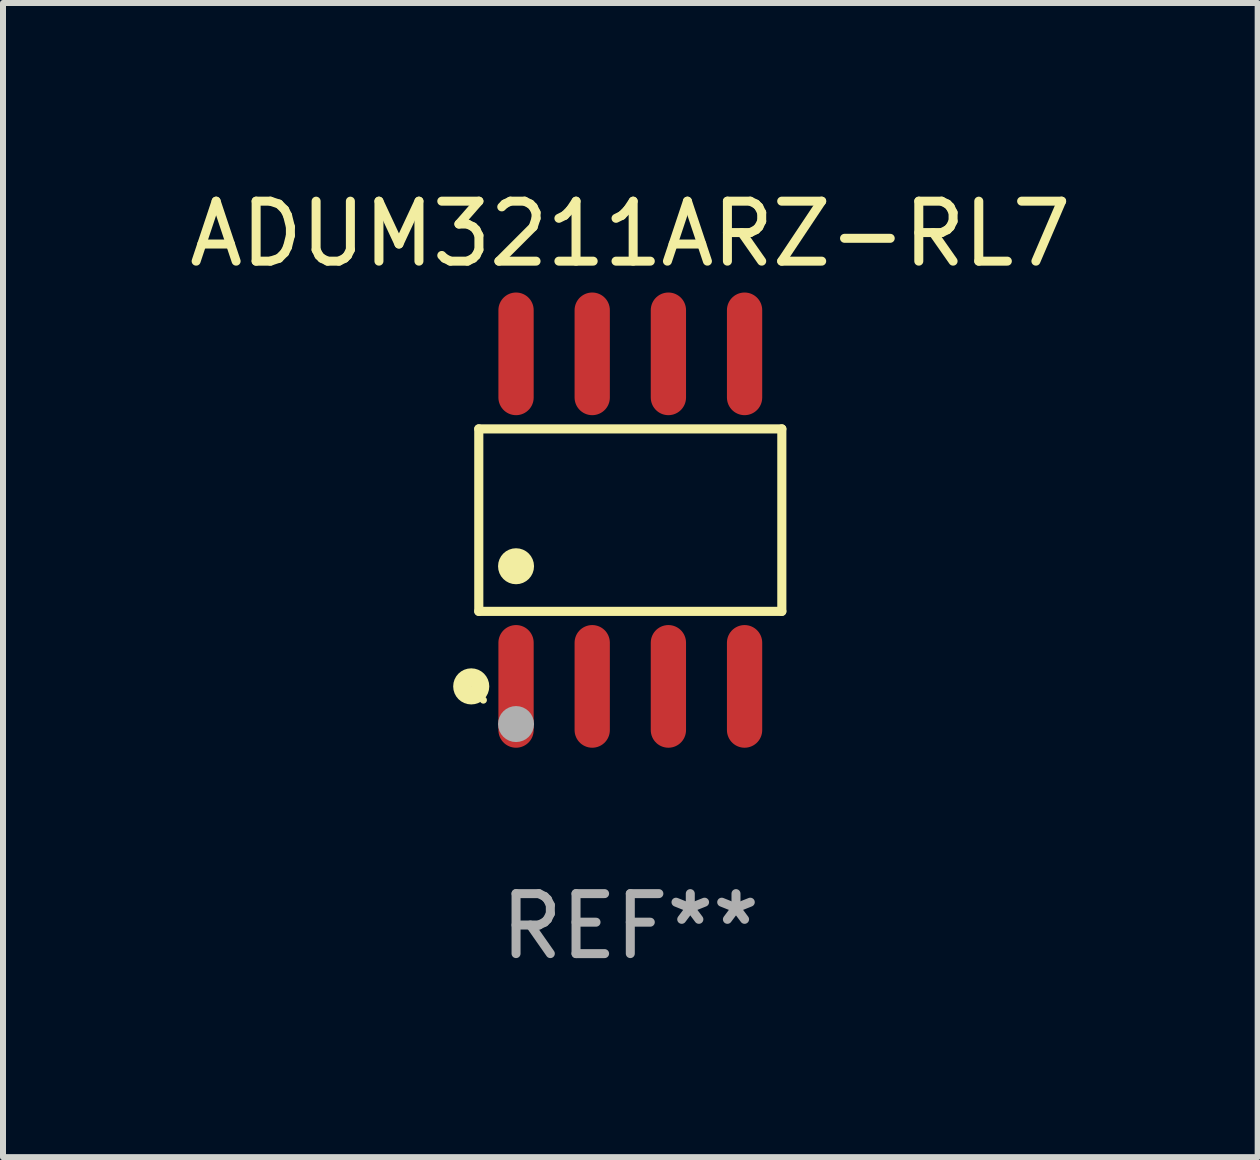
<source format=kicad_pcb>
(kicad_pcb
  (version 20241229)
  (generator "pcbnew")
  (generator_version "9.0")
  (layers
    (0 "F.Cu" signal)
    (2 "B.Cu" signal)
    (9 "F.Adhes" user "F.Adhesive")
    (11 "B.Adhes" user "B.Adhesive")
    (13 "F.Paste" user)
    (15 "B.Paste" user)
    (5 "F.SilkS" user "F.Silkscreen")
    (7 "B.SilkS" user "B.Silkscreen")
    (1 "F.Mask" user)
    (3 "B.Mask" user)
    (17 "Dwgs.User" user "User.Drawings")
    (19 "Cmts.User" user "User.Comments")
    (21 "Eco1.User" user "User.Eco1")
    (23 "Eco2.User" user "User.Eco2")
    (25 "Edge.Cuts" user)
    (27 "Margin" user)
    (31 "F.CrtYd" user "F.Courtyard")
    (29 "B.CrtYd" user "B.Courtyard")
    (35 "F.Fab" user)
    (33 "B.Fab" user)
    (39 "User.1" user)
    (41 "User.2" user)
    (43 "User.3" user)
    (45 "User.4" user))
  (footprint "ADUM3211ARZ-RL7"
    (layer "F.Cu")
    (at 7.458 5.621)
    (property "Reference" "ADUM3211ARZ-RL7" (at 0 -4.772 0) (layer "F.SilkS") (effects (font (size 1 1) (thickness 0.15))))
    (attr through_hole)
    (fp_line (start -2.526 -1.521) (end 2.526 -1.521) (stroke (width 0.152) (type solid)) (layer "F.SilkS"))
    (fp_line (start -2.526 1.521) (end -2.526 -1.521) (stroke (width 0.152) (type solid)) (layer "F.SilkS"))
    (fp_line (start 2.526 -1.521) (end 2.526 1.521) (stroke (width 0.152) (type solid)) (layer "F.SilkS"))
    (fp_line (start 2.526 1.521) (end -2.526 1.521) (stroke (width 0.152) (type solid)) (layer "F.SilkS"))
    (fp_circle (center -2.652 2.772) (end -2.501 2.772) (stroke (width 0.3) (type solid)) (fill no) (layer "F.SilkS"))
    (fp_circle (center -2.45 3) (end -2.42 3) (stroke (width 0.06) (type solid)) (fill no) (layer "F.SilkS"))
    (fp_circle (center -1.905 0.769) (end -1.755 0.769) (stroke (width 0.3) (type solid)) (fill no) (layer "F.SilkS"))
    (fp_circle (center -1.905 3.4) (end -1.755 3.4) (stroke (width 0.3) (type solid)) (fill no) (layer "F.Fab"))
    (fp_text user "REF**" (at 0 6.772 0) (layer "F.Fab") (effects (font (size 1 1) (thickness 0.15))))
    (pad "1" smd oval (at -1.905 2.772) (size 0.588 2.045) (layers "F.Cu" "F.Mask" "F.Paste"))
    (pad "2" smd oval (at -0.635 2.772) (size 0.588 2.045) (layers "F.Cu" "F.Mask" "F.Paste"))
    (pad "3" smd oval (at 0.635 2.772) (size 0.588 2.045) (layers "F.Cu" "F.Mask" "F.Paste"))
    (pad "4" smd oval (at 1.905 2.772) (size 0.588 2.045) (layers "F.Cu" "F.Mask" "F.Paste"))
    (pad "5" smd oval (at 1.905 -2.772) (size 0.588 2.045) (layers "F.Cu" "F.Mask" "F.Paste"))
    (pad "6" smd oval (at 0.635 -2.772) (size 0.588 2.045) (layers "F.Cu" "F.Mask" "F.Paste"))
    (pad "7" smd oval (at -0.635 -2.772) (size 0.588 2.045) (layers "F.Cu" "F.Mask" "F.Paste"))
    (pad "8" smd oval (at -1.905 -2.772) (size 0.588 2.045) (layers "F.Cu" "F.Mask" "F.Paste")))
  (gr_rect
    (start -3 -3)
    (end 17.917 16.241)
    (stroke (width 0.1) (type default))
    (fill no)
    (layer "Edge.Cuts")))
</source>
